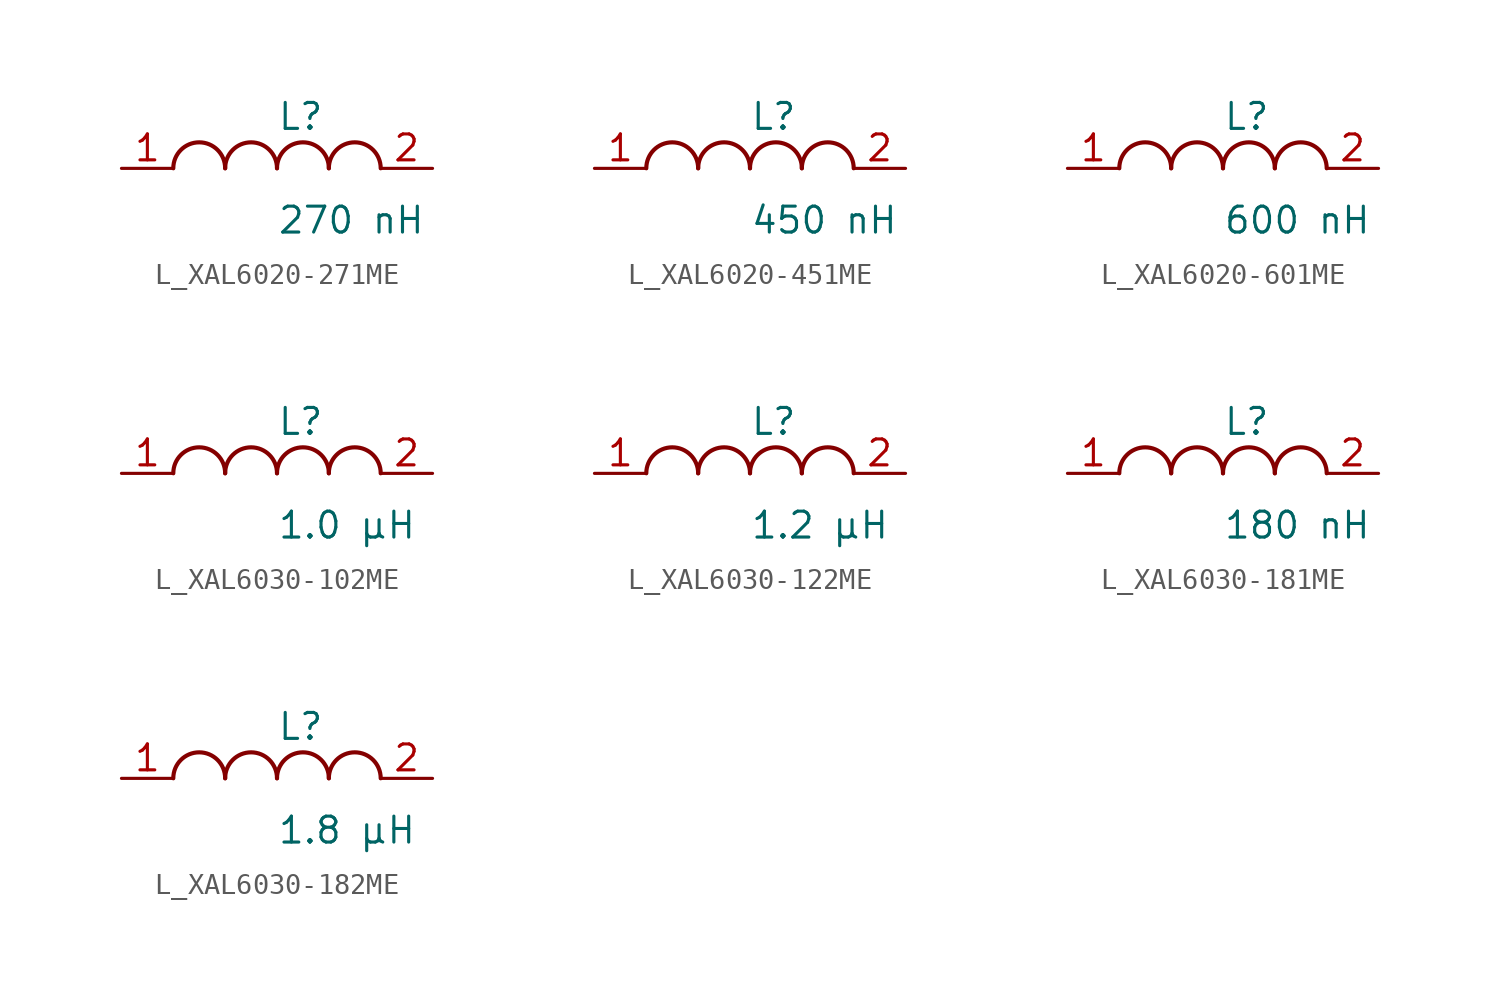
<source format=kicad_sym>
(kicad_symbol_lib
  (version 20231120)
  (generator kicad_symbol_editor)
  (generator_version 8.0)
  (symbol "L_XAL6020-271ME"
    (pin_names
      (offset 0.254))
    (property "Reference" "L"
      (at 0.0 2.54 0)
      (effects (font (size 1.27 1.27)) (justify left)))
    (property "Value" "270 nH"
      (at 0.0 -2.54 0)
      (effects (font (size 1.27 1.27)) (justify left)))
    (symbol "L_XAL6020-271ME_1_1"
      (arc (start -2.54 0.0056) (mid -3.81 1.27) (end -5.08 0.0056) (stroke (width 0.2032) (type default)) (fill (type none)))
      (arc (start 0 0.0056) (mid -1.27 1.27) (end -2.54 0.0056) (stroke (width 0.2032) (type default)) (fill (type none)))
      (arc (start 2.54 0.0056) (mid 1.27 1.27) (end 0 0.0056) (stroke (width 0.2032) (type default)) (fill (type none)))
      (arc (start 5.08 0.0056) (mid 3.81 1.27) (end 2.54 0.0056) (stroke (width 0.2032) (type default)) (fill (type none)))
      (pin unspecified line (at -7.62 0 0) (length 2.54) (name "" (effects (font (size 1.27 1.27)))) (number "1" (effects (font (size 1.27 1.27)))))
      (pin unspecified line (at 7.62 0 180) (length 2.54) (name "" (effects (font (size 1.27 1.27)))) (number "2" (effects (font (size 1.27 1.27)))))))
  (symbol "L_XAL6020-451ME"
    (pin_names
      (offset 0.254))
    (property "Reference" "L"
      (at 0.0 2.54 0)
      (effects (font (size 1.27 1.27)) (justify left)))
    (property "Value" "450 nH"
      (at 0.0 -2.54 0)
      (effects (font (size 1.27 1.27)) (justify left)))
    (symbol "L_XAL6020-451ME_1_1"
      (arc (start -2.54 0.0056) (mid -3.81 1.27) (end -5.08 0.0056) (stroke (width 0.2032) (type default)) (fill (type none)))
      (arc (start 0 0.0056) (mid -1.27 1.27) (end -2.54 0.0056) (stroke (width 0.2032) (type default)) (fill (type none)))
      (arc (start 2.54 0.0056) (mid 1.27 1.27) (end 0 0.0056) (stroke (width 0.2032) (type default)) (fill (type none)))
      (arc (start 5.08 0.0056) (mid 3.81 1.27) (end 2.54 0.0056) (stroke (width 0.2032) (type default)) (fill (type none)))
      (pin unspecified line (at -7.62 0 0) (length 2.54) (name "" (effects (font (size 1.27 1.27)))) (number "1" (effects (font (size 1.27 1.27)))))
      (pin unspecified line (at 7.62 0 180) (length 2.54) (name "" (effects (font (size 1.27 1.27)))) (number "2" (effects (font (size 1.27 1.27)))))))
  (symbol "L_XAL6020-601ME"
    (pin_names
      (offset 0.254))
    (property "Reference" "L"
      (at 0.0 2.54 0)
      (effects (font (size 1.27 1.27)) (justify left)))
    (property "Value" "600 nH"
      (at 0.0 -2.54 0)
      (effects (font (size 1.27 1.27)) (justify left)))
    (symbol "L_XAL6020-601ME_1_1"
      (arc (start -2.54 0.0056) (mid -3.81 1.27) (end -5.08 0.0056) (stroke (width 0.2032) (type default)) (fill (type none)))
      (arc (start 0 0.0056) (mid -1.27 1.27) (end -2.54 0.0056) (stroke (width 0.2032) (type default)) (fill (type none)))
      (arc (start 2.54 0.0056) (mid 1.27 1.27) (end 0 0.0056) (stroke (width 0.2032) (type default)) (fill (type none)))
      (arc (start 5.08 0.0056) (mid 3.81 1.27) (end 2.54 0.0056) (stroke (width 0.2032) (type default)) (fill (type none)))
      (pin unspecified line (at -7.62 0 0) (length 2.54) (name "" (effects (font (size 1.27 1.27)))) (number "1" (effects (font (size 1.27 1.27)))))
      (pin unspecified line (at 7.62 0 180) (length 2.54) (name "" (effects (font (size 1.27 1.27)))) (number "2" (effects (font (size 1.27 1.27)))))))
  (symbol "L_XAL6030-102ME"
    (pin_names
      (offset 0.254))
    (property "Reference" "L"
      (at 0.0 2.54 0)
      (effects (font (size 1.27 1.27)) (justify left)))
    (property "Value" "1.0 µH"
      (at 0.0 -2.54 0)
      (effects (font (size 1.27 1.27)) (justify left)))
    (symbol "L_XAL6030-102ME_1_1"
      (arc (start -2.54 0.0056) (mid -3.81 1.27) (end -5.08 0.0056) (stroke (width 0.2032) (type default)) (fill (type none)))
      (arc (start 0 0.0056) (mid -1.27 1.27) (end -2.54 0.0056) (stroke (width 0.2032) (type default)) (fill (type none)))
      (arc (start 2.54 0.0056) (mid 1.27 1.27) (end 0 0.0056) (stroke (width 0.2032) (type default)) (fill (type none)))
      (arc (start 5.08 0.0056) (mid 3.81 1.27) (end 2.54 0.0056) (stroke (width 0.2032) (type default)) (fill (type none)))
      (pin unspecified line (at -7.62 0 0) (length 2.54) (name "" (effects (font (size 1.27 1.27)))) (number "1" (effects (font (size 1.27 1.27)))))
      (pin unspecified line (at 7.62 0 180) (length 2.54) (name "" (effects (font (size 1.27 1.27)))) (number "2" (effects (font (size 1.27 1.27)))))))
  (symbol "L_XAL6030-122ME"
    (pin_names
      (offset 0.254))
    (property "Reference" "L"
      (at 0.0 2.54 0)
      (effects (font (size 1.27 1.27)) (justify left)))
    (property "Value" "1.2 µH"
      (at 0.0 -2.54 0)
      (effects (font (size 1.27 1.27)) (justify left)))
    (symbol "L_XAL6030-122ME_1_1"
      (arc (start -2.54 0.0056) (mid -3.81 1.27) (end -5.08 0.0056) (stroke (width 0.2032) (type default)) (fill (type none)))
      (arc (start 0 0.0056) (mid -1.27 1.27) (end -2.54 0.0056) (stroke (width 0.2032) (type default)) (fill (type none)))
      (arc (start 2.54 0.0056) (mid 1.27 1.27) (end 0 0.0056) (stroke (width 0.2032) (type default)) (fill (type none)))
      (arc (start 5.08 0.0056) (mid 3.81 1.27) (end 2.54 0.0056) (stroke (width 0.2032) (type default)) (fill (type none)))
      (pin unspecified line (at -7.62 0 0) (length 2.54) (name "" (effects (font (size 1.27 1.27)))) (number "1" (effects (font (size 1.27 1.27)))))
      (pin unspecified line (at 7.62 0 180) (length 2.54) (name "" (effects (font (size 1.27 1.27)))) (number "2" (effects (font (size 1.27 1.27)))))))
  (symbol "L_XAL6030-181ME"
    (pin_names
      (offset 0.254))
    (property "Reference" "L"
      (at 0.0 2.54 0)
      (effects (font (size 1.27 1.27)) (justify left)))
    (property "Value" "180 nH"
      (at 0.0 -2.54 0)
      (effects (font (size 1.27 1.27)) (justify left)))
    (symbol "L_XAL6030-181ME_1_1"
      (arc (start -2.54 0.0056) (mid -3.81 1.27) (end -5.08 0.0056) (stroke (width 0.2032) (type default)) (fill (type none)))
      (arc (start 0 0.0056) (mid -1.27 1.27) (end -2.54 0.0056) (stroke (width 0.2032) (type default)) (fill (type none)))
      (arc (start 2.54 0.0056) (mid 1.27 1.27) (end 0 0.0056) (stroke (width 0.2032) (type default)) (fill (type none)))
      (arc (start 5.08 0.0056) (mid 3.81 1.27) (end 2.54 0.0056) (stroke (width 0.2032) (type default)) (fill (type none)))
      (pin unspecified line (at -7.62 0 0) (length 2.54) (name "" (effects (font (size 1.27 1.27)))) (number "1" (effects (font (size 1.27 1.27)))))
      (pin unspecified line (at 7.62 0 180) (length 2.54) (name "" (effects (font (size 1.27 1.27)))) (number "2" (effects (font (size 1.27 1.27)))))))
  (symbol "L_XAL6030-182ME"
    (pin_names
      (offset 0.254))
    (property "Reference" "L"
      (at 0.0 2.54 0)
      (effects (font (size 1.27 1.27)) (justify left)))
    (property "Value" "1.8 µH"
      (at 0.0 -2.54 0)
      (effects (font (size 1.27 1.27)) (justify left)))
    (symbol "L_XAL6030-182ME_1_1"
      (arc (start -2.54 0.0056) (mid -3.81 1.27) (end -5.08 0.0056) (stroke (width 0.2032) (type default)) (fill (type none)))
      (arc (start 0 0.0056) (mid -1.27 1.27) (end -2.54 0.0056) (stroke (width 0.2032) (type default)) (fill (type none)))
      (arc (start 2.54 0.0056) (mid 1.27 1.27) (end 0 0.0056) (stroke (width 0.2032) (type default)) (fill (type none)))
      (arc (start 5.08 0.0056) (mid 3.81 1.27) (end 2.54 0.0056) (stroke (width 0.2032) (type default)) (fill (type none)))
      (pin unspecified line (at -7.62 0 0) (length 2.54) (name "" (effects (font (size 1.27 1.27)))) (number "1" (effects (font (size 1.27 1.27)))))
      (pin unspecified line (at 7.62 0 180) (length 2.54) (name "" (effects (font (size 1.27 1.27)))) (number "2" (effects (font (size 1.27 1.27))))))))
</source>
